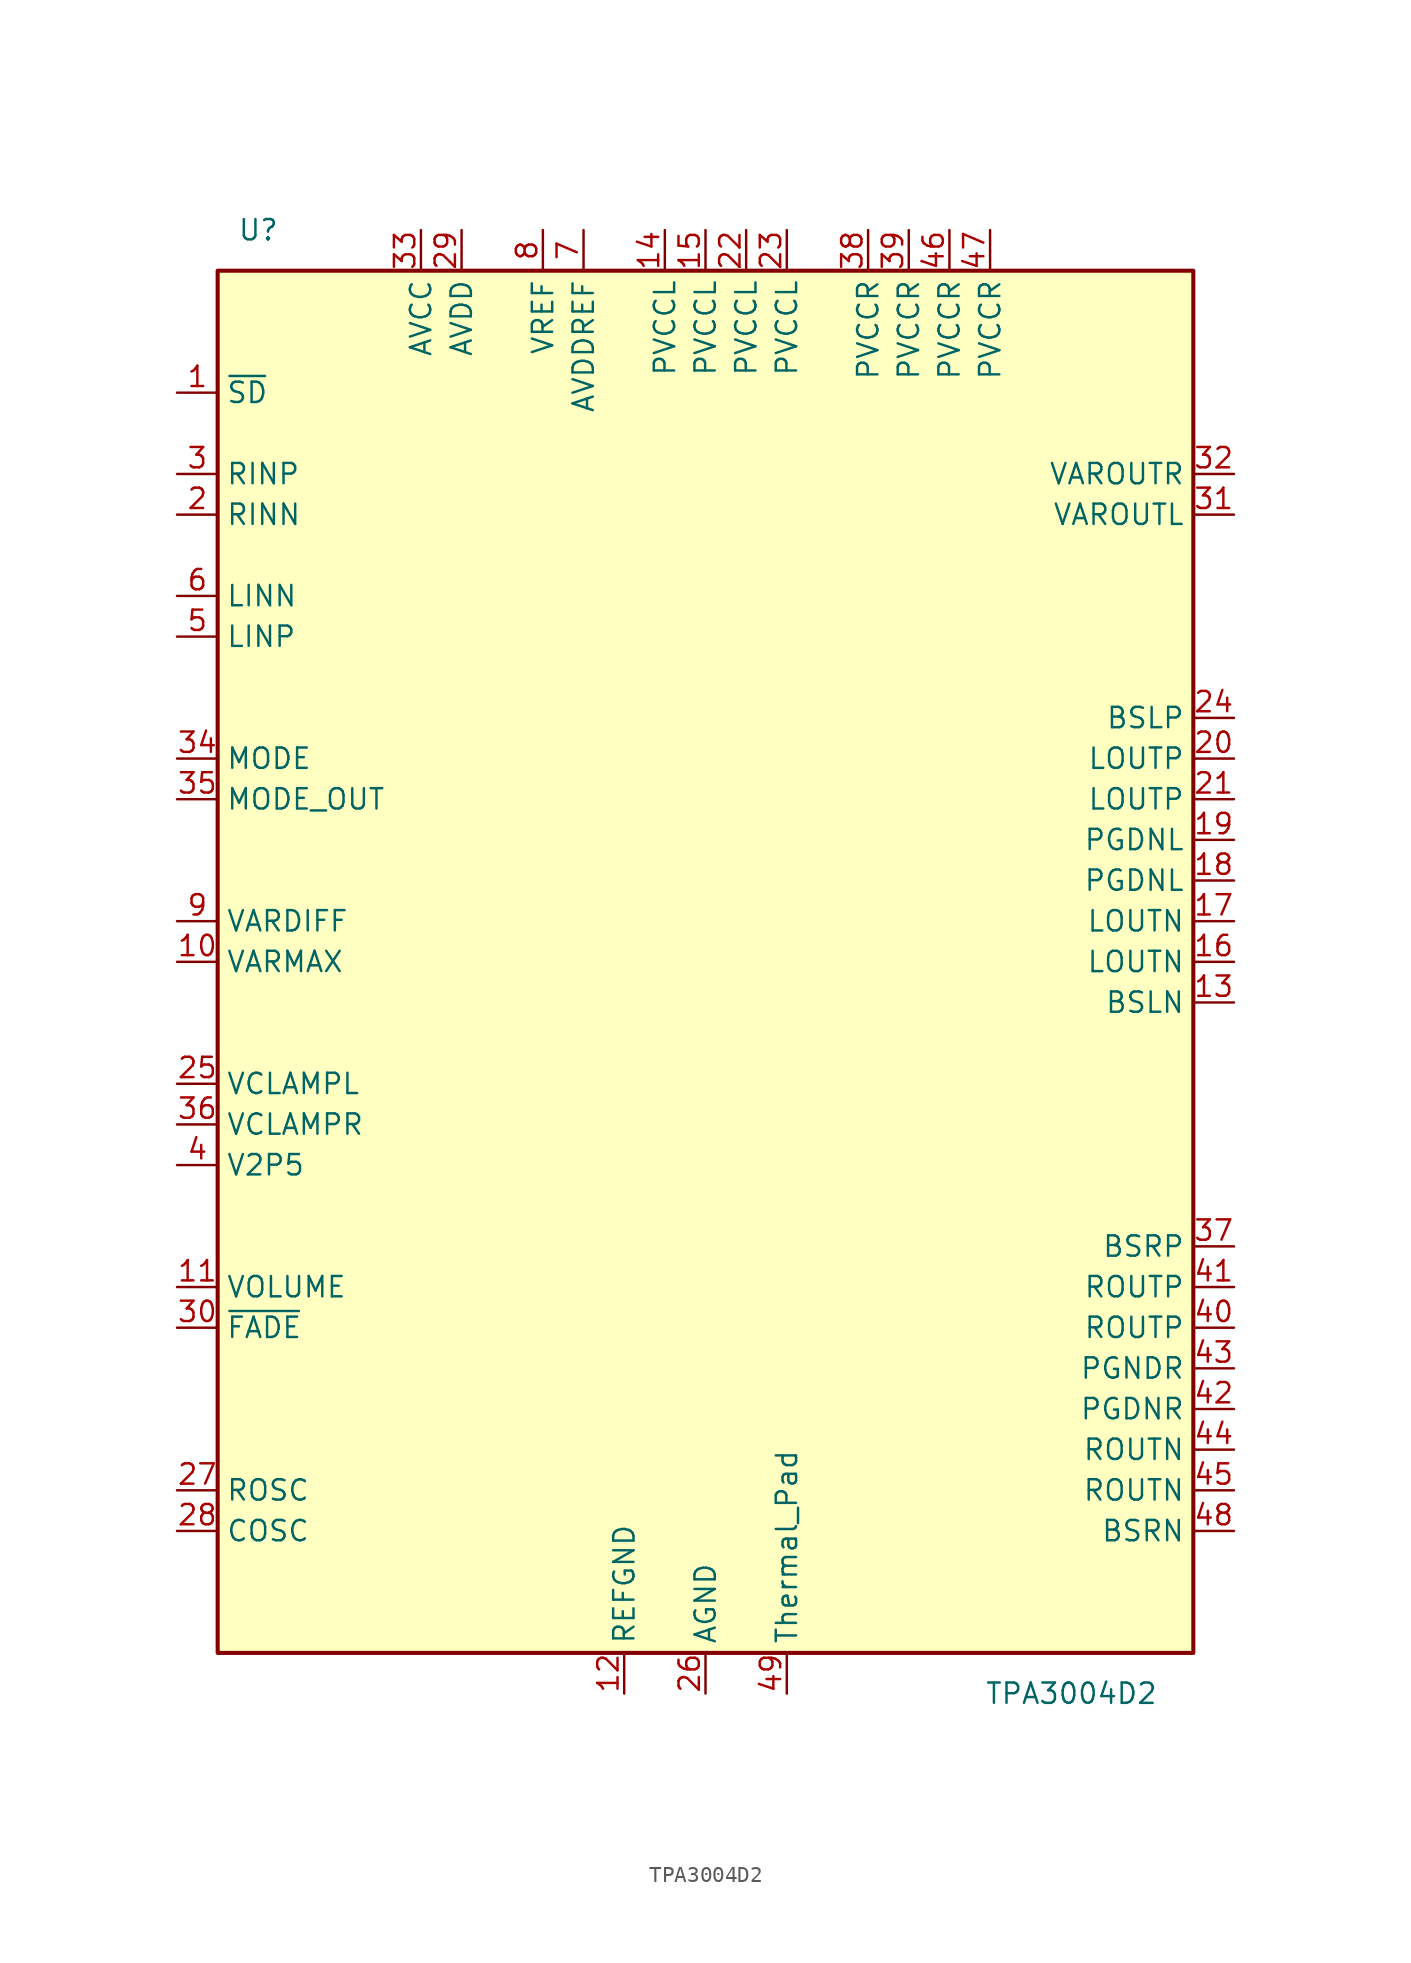
<source format=kicad_sym>
(kicad_symbol_lib
  (version 20211014)
  (generator kicad_symbol_editor)
  (symbol "TPA3004D2"
    (property "Reference" "U"
      (at -27.94 45.72 0)
      (effects (font (size 1.27 1.27))))
    (property "Value" "TPA3004D2"
      (at 22.86 -45.72 0)
      (effects (font (size 1.27 1.27))))
    (symbol "TPA3004D2_0_0"
      (pin input line (at -33.02 0 0) (length 2.54) (name "VARMAX" (effects (font (size 1.27 1.27)))) (number "10" (effects (font (size 1.27 1.27)))))
      (pin input line (at -33.02 -20.32 0) (length 2.54) (name "VOLUME" (effects (font (size 1.27 1.27)))) (number "11" (effects (font (size 1.27 1.27)))))
      (pin power_in line (at -5.08 -45.72 90) (length 2.54) (name "REFGND" (effects (font (size 1.27 1.27)))) (number "12" (effects (font (size 1.27 1.27)))))
      (pin power_in line (at -2.54 45.72 270) (length 2.54) (name "PVCCL" (effects (font (size 1.27 1.27)))) (number "14" (effects (font (size 1.27 1.27)))))
      (pin power_in line (at 0 45.72 270) (length 2.54) (name "PVCCL" (effects (font (size 1.27 1.27)))) (number "15" (effects (font (size 1.27 1.27)))))
      (pin power_in line (at 33.02 5.08 180) (length 2.54) (name "PGDNL" (effects (font (size 1.27 1.27)))) (number "18" (effects (font (size 1.27 1.27)))))
      (pin power_in line (at 33.02 7.62 180) (length 2.54) (name "PGDNL" (effects (font (size 1.27 1.27)))) (number "19" (effects (font (size 1.27 1.27)))))
      (pin input line (at -33.02 27.94 0) (length 2.54) (name "RINN" (effects (font (size 1.27 1.27)))) (number "2" (effects (font (size 1.27 1.27)))))
      (pin power_in line (at 2.54 45.72 270) (length 2.54) (name "PVCCL" (effects (font (size 1.27 1.27)))) (number "22" (effects (font (size 1.27 1.27)))))
      (pin power_in line (at 5.08 45.72 270) (length 2.54) (name "PVCCL" (effects (font (size 1.27 1.27)))) (number "23" (effects (font (size 1.27 1.27)))))
      (pin power_out line (at -33.02 -7.62 0) (length 2.54) (name "VCLAMPL" (effects (font (size 1.27 1.27)))) (number "25" (effects (font (size 1.27 1.27)))))
      (pin bidirectional line (at -33.02 -33.02 0) (length 2.54) (name "ROSC" (effects (font (size 1.27 1.27)))) (number "27" (effects (font (size 1.27 1.27)))))
      (pin input line (at -33.02 30.48 0) (length 2.54) (name "RINP" (effects (font (size 1.27 1.27)))) (number "3" (effects (font (size 1.27 1.27)))))
      (pin output line (at 33.02 27.94 180) (length 2.54) (name "VAROUTL" (effects (font (size 1.27 1.27)))) (number "31" (effects (font (size 1.27 1.27)))))
      (pin output line (at 33.02 30.48 180) (length 2.54) (name "VAROUTR" (effects (font (size 1.27 1.27)))) (number "32" (effects (font (size 1.27 1.27)))))
      (pin input line (at -33.02 12.7 0) (length 2.54) (name "MODE" (effects (font (size 1.27 1.27)))) (number "34" (effects (font (size 1.27 1.27)))))
      (pin output line (at -33.02 10.16 0) (length 2.54) (name "MODE_OUT" (effects (font (size 1.27 1.27)))) (number "35" (effects (font (size 1.27 1.27)))))
      (pin power_out line (at -33.02 -10.16 0) (length 2.54) (name "VCLAMPR" (effects (font (size 1.27 1.27)))) (number "36" (effects (font (size 1.27 1.27)))))
      (pin power_in line (at 10.16 45.72 270) (length 2.54) (name "PVCCR" (effects (font (size 1.27 1.27)))) (number "38" (effects (font (size 1.27 1.27)))))
      (pin power_in line (at 12.7 45.72 270) (length 2.54) (name "PVCCR" (effects (font (size 1.27 1.27)))) (number "39" (effects (font (size 1.27 1.27)))))
      (pin output line (at -33.02 -12.7 0) (length 2.54) (name "V2P5" (effects (font (size 1.27 1.27)))) (number "4" (effects (font (size 1.27 1.27)))))
      (pin output line (at 33.02 -22.86 180) (length 2.54) (name "ROUTP" (effects (font (size 1.27 1.27)))) (number "40" (effects (font (size 1.27 1.27)))))
      (pin output line (at 33.02 -20.32 180) (length 2.54) (name "ROUTP" (effects (font (size 1.27 1.27)))) (number "41" (effects (font (size 1.27 1.27)))))
      (pin power_in line (at 33.02 -27.94 180) (length 2.54) (name "PGDNR" (effects (font (size 1.27 1.27)))) (number "42" (effects (font (size 1.27 1.27)))))
      (pin power_in line (at 33.02 -25.4 180) (length 2.54) (name "PGNDR" (effects (font (size 1.27 1.27)))) (number "43" (effects (font (size 1.27 1.27)))))
      (pin output line (at 33.02 -30.48 180) (length 2.54) (name "ROUTN" (effects (font (size 1.27 1.27)))) (number "44" (effects (font (size 1.27 1.27)))))
      (pin output line (at 33.02 -33.02 180) (length 2.54) (name "ROUTN" (effects (font (size 1.27 1.27)))) (number "45" (effects (font (size 1.27 1.27)))))
      (pin power_in line (at 15.24 45.72 270) (length 2.54) (name "PVCCR" (effects (font (size 1.27 1.27)))) (number "46" (effects (font (size 1.27 1.27)))))
      (pin power_in line (at 17.78 45.72 270) (length 2.54) (name "PVCCR" (effects (font (size 1.27 1.27)))) (number "47" (effects (font (size 1.27 1.27)))))
      (pin power_in line (at 5.08 -45.72 90) (length 2.54) (name "Thermal_Pad" (effects (font (size 1.27 1.27)))) (number "49" (effects (font (size 1.27 1.27)))))
      (pin power_in line (at -10.16 45.72 270) (length 2.54) (name "VREF" (effects (font (size 1.27 1.27)))) (number "8" (effects (font (size 1.27 1.27)))))
      (pin input line (at -33.02 2.54 0) (length 2.54) (name "VARDIFF" (effects (font (size 1.27 1.27)))) (number "9" (effects (font (size 1.27 1.27))))))
    (symbol "TPA3004D2_0_1"
      (rectangle (start -30.48 43.18) (end 30.48 -43.18) (stroke (width 0.254) (type default) (color 0 0 0 0)) (fill (type background))))
    (symbol "TPA3004D2_1_1"
      (pin input line (at -33.02 35.56 0) (length 2.54) (name "~{SD}" (effects (font (size 1.27 1.27)))) (number "1" (effects (font (size 1.27 1.27)))))
      (pin bidirectional line (at 33.02 -2.54 180) (length 2.54) (name "BSLN" (effects (font (size 1.27 1.27)))) (number "13" (effects (font (size 1.27 1.27)))))
      (pin output line (at 33.02 0 180) (length 2.54) (name "LOUTN" (effects (font (size 1.27 1.27)))) (number "16" (effects (font (size 1.27 1.27)))))
      (pin output line (at 33.02 2.54 180) (length 2.54) (name "LOUTN" (effects (font (size 1.27 1.27)))) (number "17" (effects (font (size 1.27 1.27)))))
      (pin output line (at 33.02 12.7 180) (length 2.54) (name "LOUTP" (effects (font (size 1.27 1.27)))) (number "20" (effects (font (size 1.27 1.27)))))
      (pin output line (at 33.02 10.16 180) (length 2.54) (name "LOUTP" (effects (font (size 1.27 1.27)))) (number "21" (effects (font (size 1.27 1.27)))))
      (pin bidirectional line (at 33.02 15.24 180) (length 2.54) (name "BSLP" (effects (font (size 1.27 1.27)))) (number "24" (effects (font (size 1.27 1.27)))))
      (pin power_in line (at 0 -45.72 90) (length 2.54) (name "AGND" (effects (font (size 1.27 1.27)))) (number "26" (effects (font (size 1.27 1.27)))))
      (pin bidirectional line (at -33.02 -35.56 0) (length 2.54) (name "COSC" (effects (font (size 1.27 1.27)))) (number "28" (effects (font (size 1.27 1.27)))))
      (pin power_out line (at -15.24 45.72 270) (length 2.54) (name "AVDD" (effects (font (size 1.27 1.27)))) (number "29" (effects (font (size 1.27 1.27)))))
      (pin input line (at -33.02 -22.86 0) (length 2.54) (name "~{FADE}" (effects (font (size 1.27 1.27)))) (number "30" (effects (font (size 1.27 1.27)))))
      (pin power_in line (at -17.78 45.72 270) (length 2.54) (name "AVCC" (effects (font (size 1.27 1.27)))) (number "33" (effects (font (size 1.27 1.27)))))
      (pin bidirectional line (at 33.02 -17.78 180) (length 2.54) (name "BSRP" (effects (font (size 1.27 1.27)))) (number "37" (effects (font (size 1.27 1.27)))))
      (pin bidirectional line (at 33.02 -35.56 180) (length 2.54) (name "BSRN" (effects (font (size 1.27 1.27)))) (number "48" (effects (font (size 1.27 1.27)))))
      (pin input line (at -33.02 20.32 0) (length 2.54) (name "LINP" (effects (font (size 1.27 1.27)))) (number "5" (effects (font (size 1.27 1.27)))))
      (pin input line (at -33.02 22.86 0) (length 2.54) (name "LINN" (effects (font (size 1.27 1.27)))) (number "6" (effects (font (size 1.27 1.27)))))
      (pin power_out line (at -7.62 45.72 270) (length 2.54) (name "AVDDREF" (effects (font (size 1.27 1.27)))) (number "7" (effects (font (size 1.27 1.27))))))))
</source>
